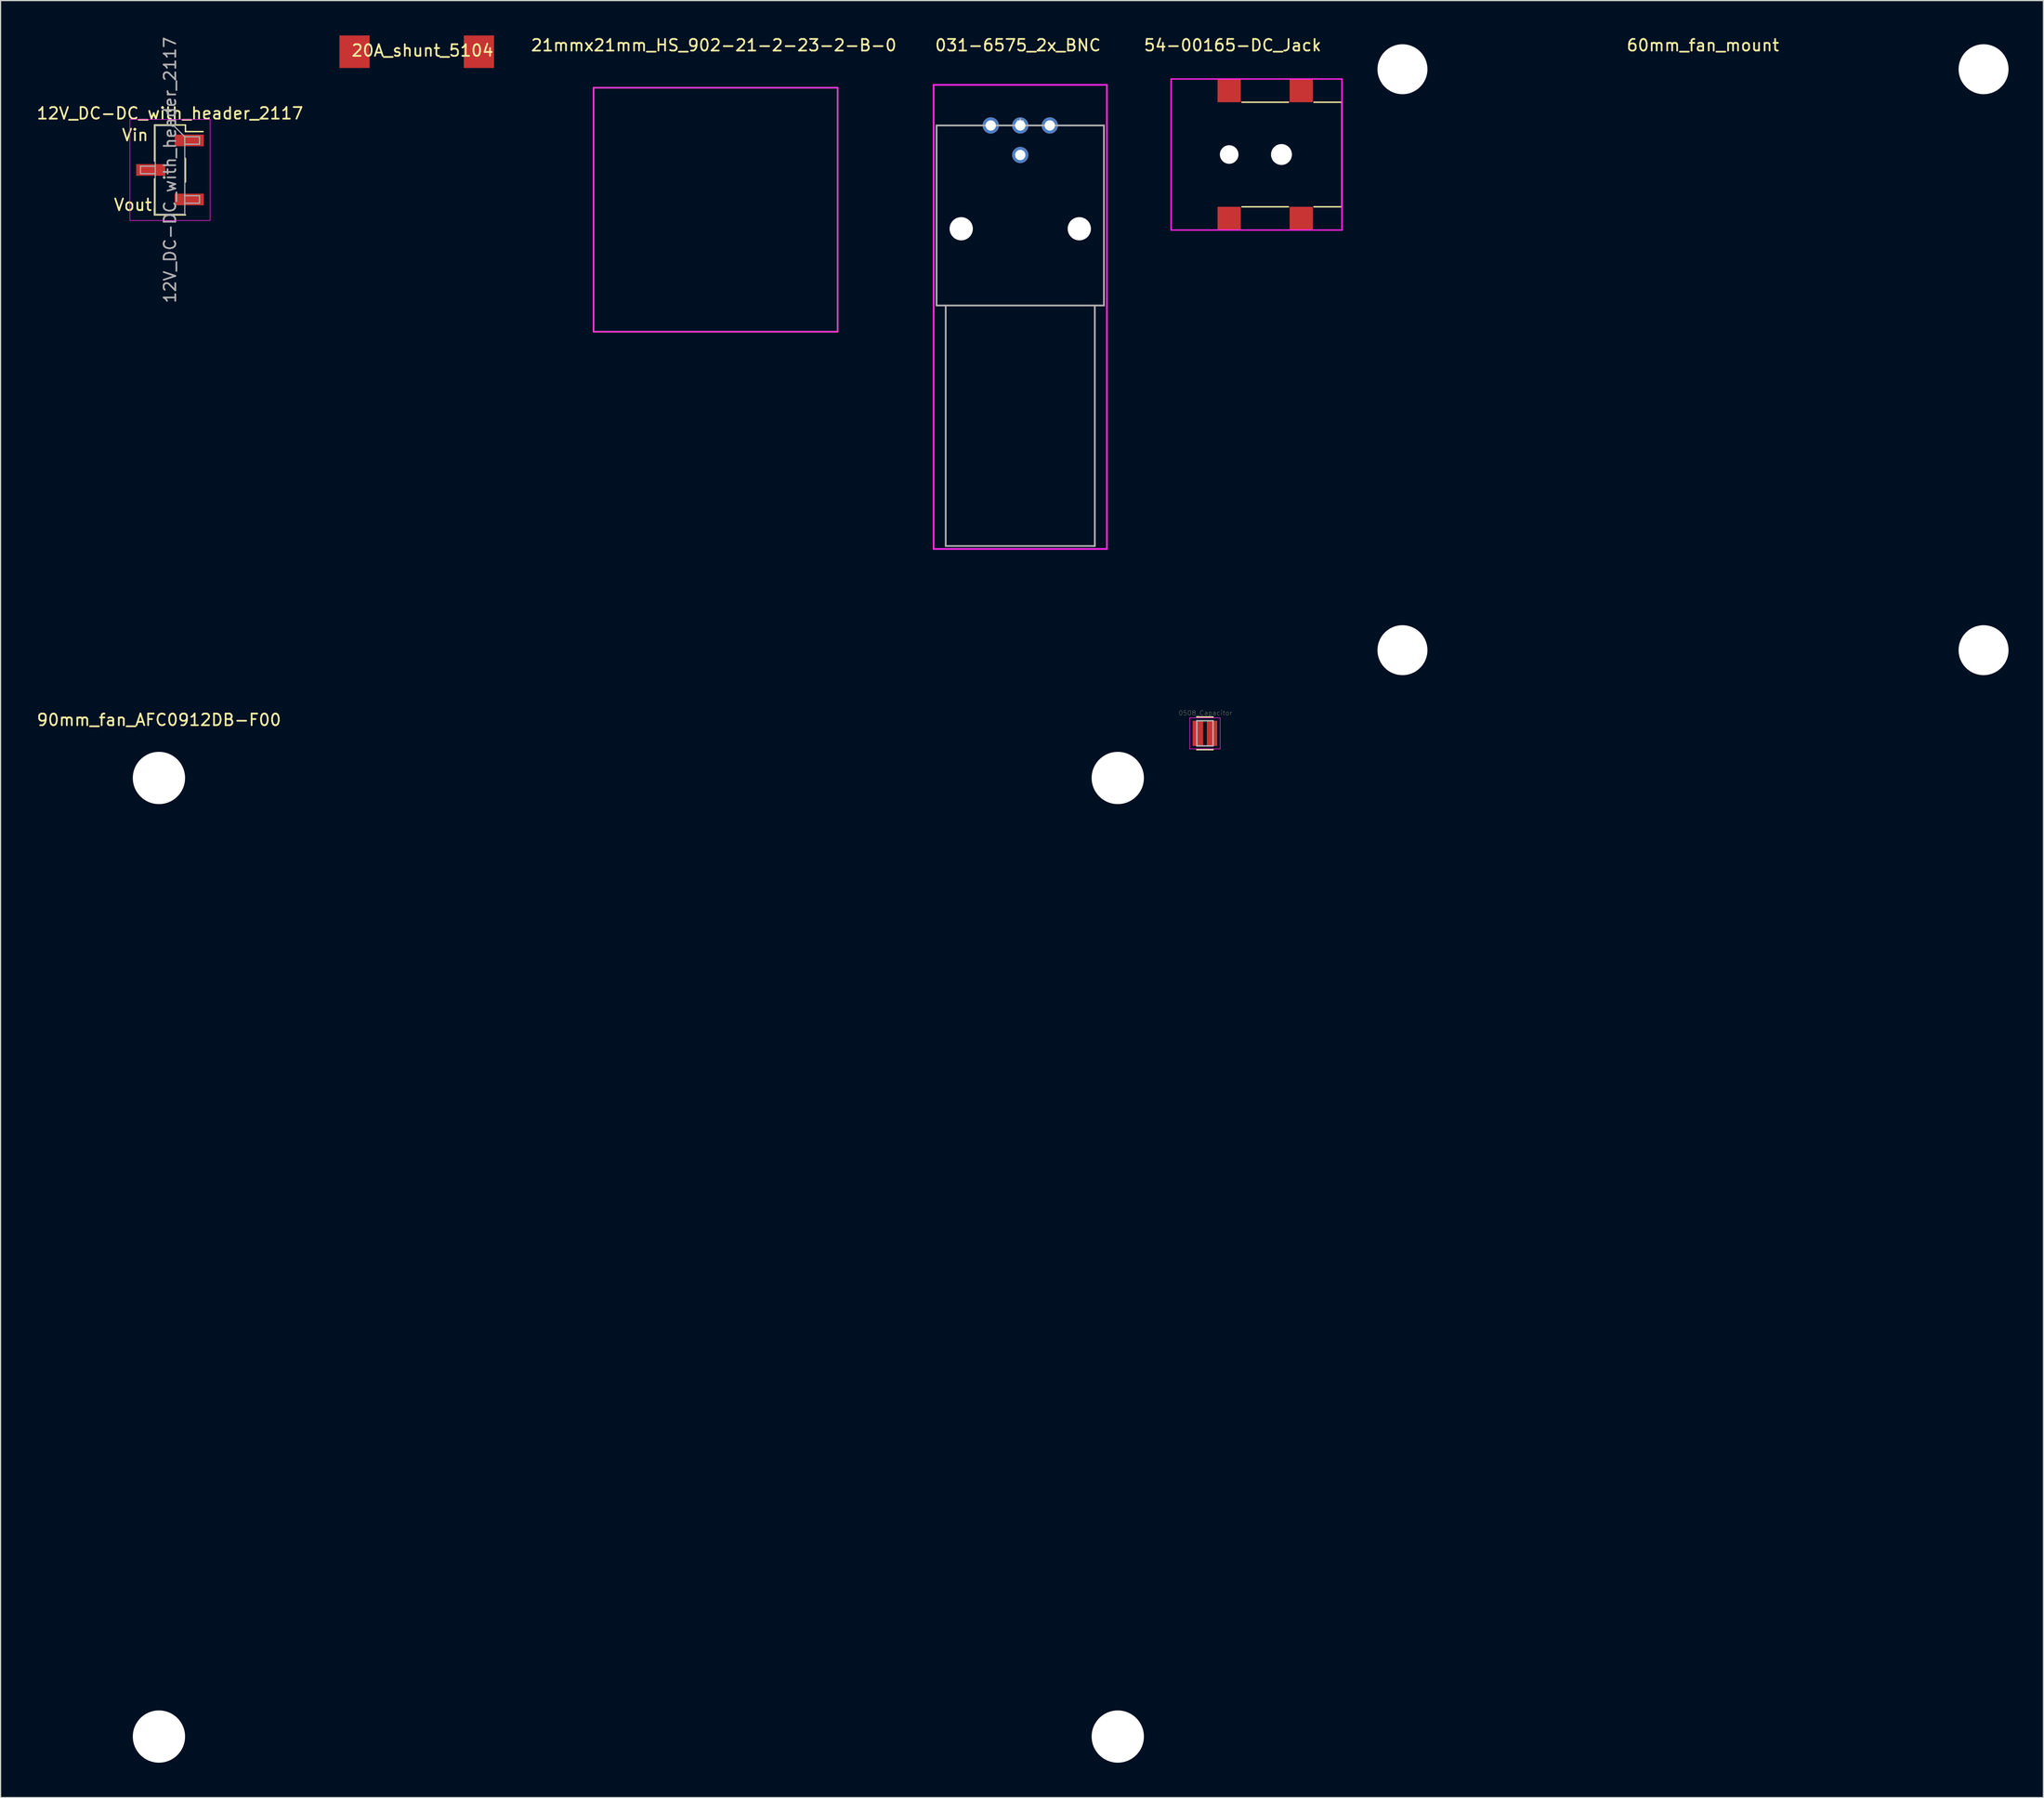
<source format=kicad_pcb>
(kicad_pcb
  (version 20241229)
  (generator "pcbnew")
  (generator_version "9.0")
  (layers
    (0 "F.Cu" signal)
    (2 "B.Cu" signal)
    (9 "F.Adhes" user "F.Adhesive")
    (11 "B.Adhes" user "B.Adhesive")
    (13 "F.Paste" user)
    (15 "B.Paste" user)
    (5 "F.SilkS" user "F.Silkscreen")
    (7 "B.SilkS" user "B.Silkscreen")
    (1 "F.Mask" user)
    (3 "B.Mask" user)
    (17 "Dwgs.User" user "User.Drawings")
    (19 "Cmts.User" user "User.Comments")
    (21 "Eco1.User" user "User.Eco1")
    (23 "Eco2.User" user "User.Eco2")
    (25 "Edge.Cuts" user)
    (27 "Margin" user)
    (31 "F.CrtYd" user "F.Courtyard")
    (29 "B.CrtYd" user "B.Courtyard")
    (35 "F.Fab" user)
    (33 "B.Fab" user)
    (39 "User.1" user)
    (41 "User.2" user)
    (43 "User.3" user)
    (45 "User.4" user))
  (footprint "21mmx21mm_HS_902-21-2-23-2-B-0"
    (layer "F.Cu")
    (at 58.524 3.998)
    (property "Reference" "21mmx21mm_HS_902-21-2-23-2-B-0" (at -0.16 -3.15 0) (layer "F.SilkS") (effects (font (size 1 1) (thickness 0.15))))
    (attr through_hole)
    (fp_line (start -10.5 0.5) (end 10.5 0.5) (stroke (width 0.12) (type solid)) (layer "F.SilkS"))
    (fp_line (start -10.5 21.5) (end -10.5 0.5) (stroke (width 0.12) (type solid)) (layer "F.SilkS"))
    (fp_line (start 10.5 0.5) (end 10.5 21.5) (stroke (width 0.12) (type solid)) (layer "F.SilkS"))
    (fp_line (start 10.5 21.5) (end -10.5 21.5) (stroke (width 0.12) (type solid)) (layer "F.SilkS"))
    (fp_line (start -10.5 0.5) (end 10.5 0.5) (stroke (width 0.12) (type solid)) (layer "F.CrtYd"))
    (fp_line (start -10.5 21.5) (end -10.5 0.5) (stroke (width 0.12) (type solid)) (layer "F.CrtYd"))
    (fp_line (start 10.5 0.5) (end 10.5 21.5) (stroke (width 0.12) (type solid)) (layer "F.CrtYd"))
    (fp_line (start 10.5 21.5) (end -10.5 21.5) (stroke (width 0.12) (type solid)) (layer "F.CrtYd")))
  (footprint "90mm_fan_AFC0912DB-F00"
    (layer "F.Cu")
    (at 10.625 63.907)
    (property "Reference" "90mm_fan_AFC0912DB-F00" (at 0 -5 0) (layer "F.SilkS") (effects (font (size 1 1) (thickness 0.15))))
    (attr through_hole)
    (pad "" np_thru_hole circle (at 0 0) (size 4.5 4.5) (drill 4.5) (layers "*.Cu" "*.Mask"))
    (pad "" np_thru_hole circle (at 0 82.5) (size 4.5 4.5) (drill 4.5) (layers "*.Cu" "*.Mask"))
    (pad "" np_thru_hole circle (at 82.5 0) (size 4.5 4.5) (drill 4.5) (layers "*.Cu" "*.Mask"))
    (pad "" np_thru_hole circle (at 82.5 82.5) (size 4.5 4.5) (drill 4.5) (layers "*.Cu" "*.Mask")))
  (footprint "54-00165-DC_Jack"
    (layer "F.Cu")
    (at 97.71 3.748)
    (property "Reference" "54-00165-DC_Jack" (at 5.3 -2.9 0) (layer "F.SilkS") (effects (font (size 1 1) (thickness 0.15))))
    (attr through_hole)
    (fp_line (start 6.1 2) (end 10.1 2) (stroke (width 0.12) (type solid)) (layer "F.SilkS"))
    (fp_line (start 10.1 11) (end 6.1 11) (stroke (width 0.12) (type solid)) (layer "F.SilkS"))
    (fp_line (start 12.3 2) (end 14.7 2) (stroke (width 0.12) (type solid)) (layer "F.SilkS"))
    (fp_line (start 14.7 2) (end 14.7 11) (stroke (width 0.12) (type solid)) (layer "F.SilkS"))
    (fp_line (start 14.7 11) (end 12.3 11) (stroke (width 0.12) (type solid)) (layer "F.SilkS"))
    (fp_line (start 0 0) (end 0 13) (stroke (width 0.12) (type solid)) (layer "F.CrtYd"))
    (fp_line (start 0 0) (end 14.7 0) (stroke (width 0.12) (type solid)) (layer "F.CrtYd"))
    (fp_line (start 0 13) (end 14.7 13) (stroke (width 0.12) (type solid)) (layer "F.CrtYd"))
    (fp_line (start 14.7 0) (end 14.7 13) (stroke (width 0.12) (type solid)) (layer "F.CrtYd"))
    (pad "" np_thru_hole circle (at 5 6.5) (size 1.6 1.6) (drill 1.6) (layers "*.Cu" "*.Mask"))
    (pad "" np_thru_hole circle (at 9.5 6.5) (size 1.8 1.8) (drill 1.8) (layers "*.Cu" "*.Mask"))
    (pad "1" smd rect (at 5 1) (size 2 2) (layers "F.Cu" "F.Mask" "F.Paste"))
    (pad "1" smd rect (at 11.2 1) (size 2 2) (layers "F.Cu" "F.Mask" "F.Paste"))
    (pad "2" smd rect (at 5 12) (size 2 2) (layers "F.Cu" "F.Mask" "F.Paste"))
    (pad "3" smd rect (at 11.2 12) (size 2 2) (layers "F.Cu" "F.Mask" "F.Paste")))
  (footprint "0508_Capacitor"
    (layer "F.Cu")
    (at 100.624 60.065)
    (property "Reference" "0508_Capacitor" (at 0.04 -1.75 0) (layer "F.SilkS") (effects (font (size 0.394 0.394) (thickness 0.015))))
    (attr through_hole)
    (fp_line (start -0.7 1.4) (end 0.7 1.4) (stroke (width 0.127) (type solid)) (layer "F.SilkS"))
    (fp_line (start 0.7 -1.4) (end -0.7 -1.4) (stroke (width 0.127) (type solid)) (layer "F.SilkS"))
    (fp_line (start -1.31 -1.335) (end 1.31 -1.335) (stroke (width 0.05) (type solid)) (layer "F.CrtYd"))
    (fp_line (start -1.31 1.335) (end -1.31 -1.335) (stroke (width 0.05) (type solid)) (layer "F.CrtYd"))
    (fp_line (start -1.31 1.335) (end 1.31 1.335) (stroke (width 0.05) (type solid)) (layer "F.CrtYd"))
    (fp_line (start 1.31 1.335) (end 1.31 -1.335) (stroke (width 0.05) (type solid)) (layer "F.CrtYd"))
    (fp_line (start -0.7 1.08) (end -0.7 -1.08) (stroke (width 0.127) (type solid)) (layer "F.Fab"))
    (fp_line (start 0.7 -1.08) (end -0.7 -1.08) (stroke (width 0.127) (type solid)) (layer "F.Fab"))
    (fp_line (start 0.7 1.08) (end -0.7 1.08) (stroke (width 0.127) (type solid)) (layer "F.Fab"))
    (fp_line (start 0.7 1.08) (end 0.7 -1.08) (stroke (width 0.127) (type solid)) (layer "F.Fab"))
    (pad "1" smd rect (at -0.61 0) (size 0.9 2.17) (layers "F.Cu" "F.Mask" "F.Paste"))
    (pad "2" smd rect (at 0.61 0) (size 0.9 2.17) (layers "F.Cu" "F.Mask" "F.Paste")))
  (footprint "031-6575_2x_BNC"
    (layer "F.Cu")
    (at 84.735 7.748)
    (property "Reference" "031-6575_2x_BNC" (at -0.2 -6.9 0) (layer "F.SilkS") (effects (font (size 1 1) (thickness 0.15))))
    (attr through_hole)
    (fp_line (start -7.455 -3.493) (end -7.455 36.449) (stroke (width 0.152) (type solid)) (layer "F.CrtYd"))
    (fp_line (start -7.455 36.449) (end 7.455 36.449) (stroke (width 0.152) (type solid)) (layer "F.CrtYd"))
    (fp_line (start 7.455 -3.493) (end -7.455 -3.493) (stroke (width 0.152) (type solid)) (layer "F.CrtYd"))
    (fp_line (start 7.455 36.449) (end 7.455 -3.493) (stroke (width 0.152) (type solid)) (layer "F.CrtYd"))
    (fp_line (start -7.201 0) (end 7.201 0) (stroke (width 0.152) (type solid)) (layer "F.Fab"))
    (fp_line (start -7.201 15.494) (end -7.201 0) (stroke (width 0.152) (type solid)) (layer "F.Fab"))
    (fp_line (start -6.413 15.494) (end -6.413 36.195) (stroke (width 0.152) (type solid)) (layer "F.Fab"))
    (fp_line (start -6.413 36.195) (end 6.413 36.195) (stroke (width 0.152) (type solid)) (layer "F.Fab"))
    (fp_line (start 6.413 15.494) (end 6.413 36.195) (stroke (width 0.152) (type solid)) (layer "F.Fab"))
    (fp_line (start 7.201 0) (end 7.201 15.494) (stroke (width 0.152) (type solid)) (layer "F.Fab"))
    (fp_line (start 7.201 15.494) (end -7.201 15.494) (stroke (width 0.152) (type solid)) (layer "F.Fab"))
    (fp_text user "Copyright 2016 Accelerated Designs. All rights reserved." (at 0 0 0) (layer "Cmts.User") (effects (font (size 0.127 0.127) (thickness 0.002))))
    (fp_text user "*" (at 0 0 0) (layer "F.Fab") (effects (font (size 1 1) (thickness 0.15))))
    (pad "" np_thru_hole circle (at -5.08 8.89) (size 2 2) (drill 2) (layers "*.Cu" "*.Mask"))
    (pad "" np_thru_hole circle (at 5.08 8.89) (size 2 2) (drill 2) (layers "*.Cu" "*.Mask"))
    (pad "1" thru_hole circle (at 0 0) (size 1.397 1.397) (drill 0.889) (layers "*.Cu" "*.Mask"))
    (pad "2" thru_hole circle (at 0 2.54) (size 1.397 1.397) (drill 0.889) (layers "*.Cu" "*.Mask"))
    (pad "3" thru_hole circle (at -2.54 0) (size 1.397 1.397) (drill 0.889) (layers "*.Cu" "*.Mask"))
    (pad "3" thru_hole circle (at 2.54 0) (size 1.397 1.397) (drill 0.889) (layers "*.Cu" "*.Mask")))
  (footprint "12V_DC-DC_with_header_2117"
    (layer "F.Cu")
    (at 11.577 11.577)
    (property "Reference" "12V_DC-DC_with_header_2117" (at 0 -4.87 0) (layer "F.SilkS") (effects (font (size 1 1) (thickness 0.15))))
    (attr smd)
    (fp_line (start -1.33 -3.87) (end -1.33 -0.76) (stroke (width 0.12) (type solid)) (layer "F.SilkS"))
    (fp_line (start -1.33 -3.87) (end 1.33 -3.87) (stroke (width 0.12) (type solid)) (layer "F.SilkS"))
    (fp_line (start -1.33 0.76) (end -1.33 3.87) (stroke (width 0.12) (type solid)) (layer "F.SilkS"))
    (fp_line (start -1.33 3.3) (end -1.33 3.87) (stroke (width 0.12) (type solid)) (layer "F.SilkS"))
    (fp_line (start -1.33 3.87) (end 1.33 3.87) (stroke (width 0.12) (type solid)) (layer "F.SilkS"))
    (fp_line (start 1.33 -3.87) (end 1.33 -3.3) (stroke (width 0.12) (type solid)) (layer "F.SilkS"))
    (fp_line (start 1.33 -3.3) (end 2.85 -3.3) (stroke (width 0.12) (type solid)) (layer "F.SilkS"))
    (fp_line (start 1.33 -1) (end 1.33 1.04) (stroke (width 0.12) (type solid)) (layer "F.SilkS"))
    (fp_line (start -3.45 -4.35) (end -3.45 4.35) (stroke (width 0.05) (type solid)) (layer "F.CrtYd"))
    (fp_line (start -3.45 4.35) (end 3.45 4.35) (stroke (width 0.05) (type solid)) (layer "F.CrtYd"))
    (fp_line (start 3.45 -4.35) (end -3.45 -4.35) (stroke (width 0.05) (type solid)) (layer "F.CrtYd"))
    (fp_line (start 3.45 4.35) (end 3.45 -4.35) (stroke (width 0.05) (type solid)) (layer "F.CrtYd"))
    (fp_line (start -2.54 -0.32) (end -2.54 0.32) (stroke (width 0.1) (type solid)) (layer "F.Fab"))
    (fp_line (start -2.54 0.32) (end -1.27 0.32) (stroke (width 0.1) (type solid)) (layer "F.Fab"))
    (fp_line (start -1.27 -3.81) (end -1.27 3.81) (stroke (width 0.1) (type solid)) (layer "F.Fab"))
    (fp_line (start -1.27 -3.81) (end 0.32 -3.81) (stroke (width 0.1) (type solid)) (layer "F.Fab"))
    (fp_line (start -1.27 -0.32) (end -2.54 -0.32) (stroke (width 0.1) (type solid)) (layer "F.Fab"))
    (fp_line (start 1.27 -2.86) (end 0.32 -3.81) (stroke (width 0.1) (type solid)) (layer "F.Fab"))
    (fp_line (start 1.27 -2.86) (end 2.54 -2.86) (stroke (width 0.1) (type solid)) (layer "F.Fab"))
    (fp_line (start 1.27 2.22) (end 2.54 2.22) (stroke (width 0.1) (type solid)) (layer "F.Fab"))
    (fp_line (start 1.27 3.81) (end -1.27 3.81) (stroke (width 0.1) (type solid)) (layer "F.Fab"))
    (fp_line (start 1.27 3.81) (end 1.27 -2.86) (stroke (width 0.1) (type solid)) (layer "F.Fab"))
    (fp_line (start 2.54 -2.86) (end 2.54 -2.22) (stroke (width 0.1) (type solid)) (layer "F.Fab"))
    (fp_line (start 2.54 -2.22) (end 1.27 -2.22) (stroke (width 0.1) (type solid)) (layer "F.Fab"))
    (fp_line (start 2.54 2.22) (end 2.54 2.86) (stroke (width 0.1) (type solid)) (layer "F.Fab"))
    (fp_line (start 2.54 2.86) (end 1.27 2.86) (stroke (width 0.1) (type solid)) (layer "F.Fab"))
    (fp_text user "Vout" (at -3.19 3 0) (layer "F.SilkS") (effects (font (size 1 1) (thickness 0.15))))
    (fp_text user "Vin" (at -3 -3 0) (layer "F.SilkS") (effects (font (size 1 1) (thickness 0.15))))
    (fp_text user "${REFERENCE}" (at 0 0 90) (layer "F.Fab") (effects (font (size 1 1) (thickness 0.15))))
    (pad "1" smd rect (at 1.655 -2.54) (size 2.51 1) (layers "F.Cu" "F.Mask" "F.Paste"))
    (pad "2" smd rect (at -1.655 0) (size 2.51 1) (layers "F.Cu" "F.Mask" "F.Paste"))
    (pad "3" smd rect (at 1.655 2.54) (size 2.51 1) (layers "F.Cu" "F.Mask" "F.Paste")))
  (footprint "20A_shunt_5104"
    (layer "F.Cu")
    (at 32.805 1.4)
    (property "Reference" "20A_shunt_5104" (at 0.5 -0.1 0) (layer "F.SilkS") (effects (font (size 1 1) (thickness 0.15))))
    (attr through_hole)
    (pad "1" smd rect (at 5.35 0) (size 2.6 2.8) (layers "F.Cu" "F.Mask" "F.Paste"))
    (pad "2" smd rect (at -5.35 0) (size 2.6 2.8) (layers "F.Cu" "F.Mask" "F.Paste")))
  (footprint "60mm_fan_mount"
    (layer "F.Cu")
    (at 117.62 2.908)
    (property "Reference" "60mm_fan_mount" (at 25.85 -2.06 0) (layer "F.SilkS") (effects (font (size 1 1) (thickness 0.15))))
    (attr through_hole)
    (pad "" np_thru_hole circle (at 0 0) (size 4.3 4.3) (drill 4.3) (layers "*.Cu" "*.Mask"))
    (pad "" np_thru_hole circle (at 0 50) (size 4.3 4.3) (drill 4.3) (layers "*.Cu" "*.Mask"))
    (pad "" np_thru_hole circle (at 50 0) (size 4.3 4.3) (drill 4.3) (layers "*.Cu" "*.Mask"))
    (pad "" np_thru_hole circle (at 50 50) (size 4.3 4.3) (drill 4.3) (layers "*.Cu" "*.Mask")))
  (gr_rect
    (start -3 -3)
    (end 172.77 151.656)
    (stroke (width 0.1) (type default))
    (fill no)
    (layer "Edge.Cuts")))
</source>
